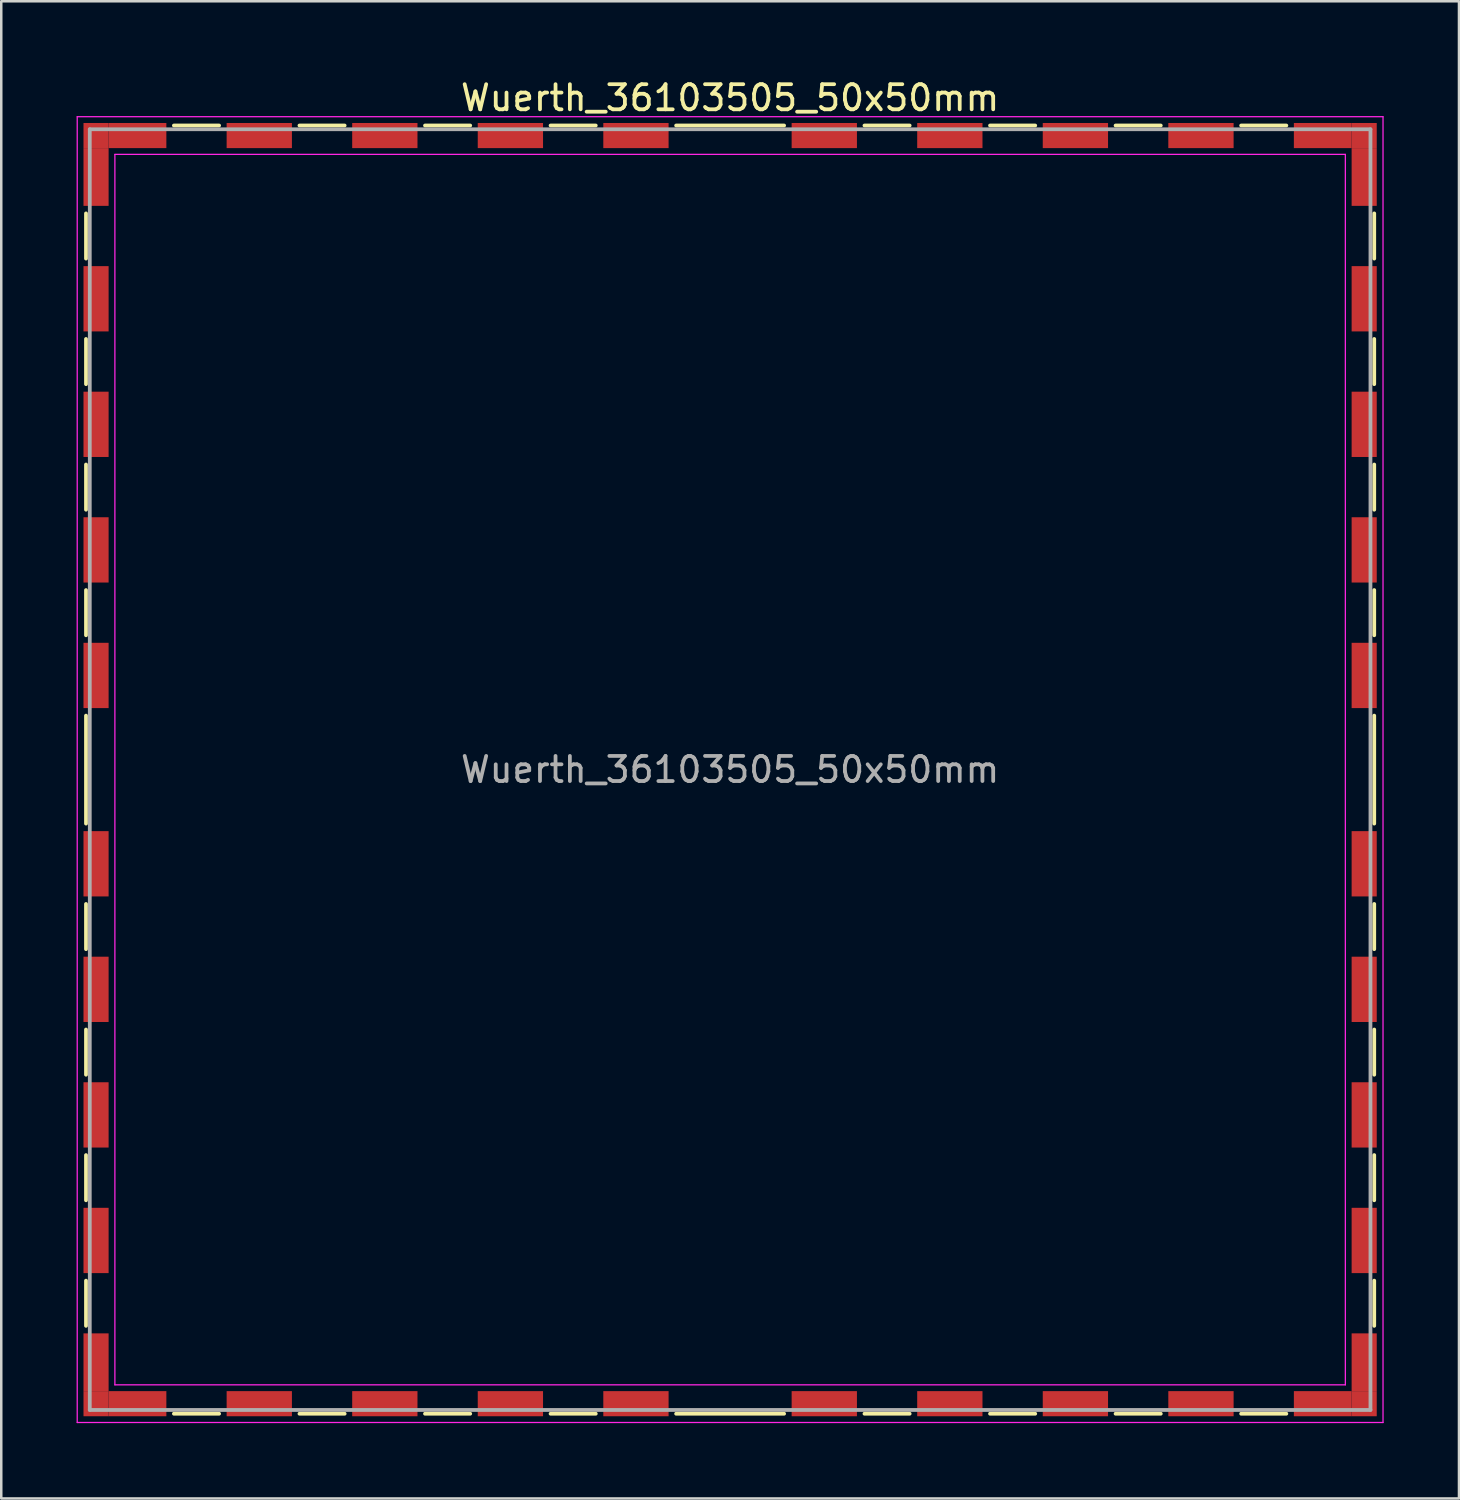
<source format=kicad_pcb>
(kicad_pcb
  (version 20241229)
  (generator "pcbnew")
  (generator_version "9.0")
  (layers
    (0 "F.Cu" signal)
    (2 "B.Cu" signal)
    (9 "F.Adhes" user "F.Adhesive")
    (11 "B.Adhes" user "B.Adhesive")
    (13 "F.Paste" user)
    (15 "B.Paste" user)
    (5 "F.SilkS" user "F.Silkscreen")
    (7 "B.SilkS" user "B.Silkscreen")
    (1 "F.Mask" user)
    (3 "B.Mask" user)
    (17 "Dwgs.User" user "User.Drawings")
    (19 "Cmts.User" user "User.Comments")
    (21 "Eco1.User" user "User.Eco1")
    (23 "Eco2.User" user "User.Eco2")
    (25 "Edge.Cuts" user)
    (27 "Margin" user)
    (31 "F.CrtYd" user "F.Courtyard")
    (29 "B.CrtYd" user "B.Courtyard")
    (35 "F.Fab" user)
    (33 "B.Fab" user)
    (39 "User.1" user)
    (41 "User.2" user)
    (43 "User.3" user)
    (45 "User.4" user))
  (footprint "Wuerth_36103505_50x50mm"
    (layer "F.Cu")
    (at 26.025 27.598)
    (property "Reference" "Wuerth_36103505_50x50mm" (at 0 -26.75 0) (layer "F.SilkS") (effects (font (size 1 1) (thickness 0.15))))
    (attr smd)
    (fp_line (start -25.65 -22.15) (end -25.65 -20.35) (stroke (width 0.15) (type solid)) (layer "F.SilkS"))
    (fp_line (start -25.65 -17.15) (end -25.65 -15.35) (stroke (width 0.15) (type solid)) (layer "F.SilkS"))
    (fp_line (start -25.65 -12.15) (end -25.65 -10.35) (stroke (width 0.15) (type solid)) (layer "F.SilkS"))
    (fp_line (start -25.65 -7.15) (end -25.65 -5.35) (stroke (width 0.15) (type solid)) (layer "F.SilkS"))
    (fp_line (start -25.65 -2.15) (end -25.65 2.15) (stroke (width 0.15) (type solid)) (layer "F.SilkS"))
    (fp_line (start -25.65 5.35) (end -25.65 7.15) (stroke (width 0.15) (type solid)) (layer "F.SilkS"))
    (fp_line (start -25.65 10.35) (end -25.65 12.15) (stroke (width 0.15) (type solid)) (layer "F.SilkS"))
    (fp_line (start -25.65 15.35) (end -25.65 17.15) (stroke (width 0.15) (type solid)) (layer "F.SilkS"))
    (fp_line (start -25.65 20.35) (end -25.65 22.15) (stroke (width 0.15) (type solid)) (layer "F.SilkS"))
    (fp_line (start -22.15 -25.65) (end -20.35 -25.65) (stroke (width 0.15) (type solid)) (layer "F.SilkS"))
    (fp_line (start -22.15 25.65) (end -20.35 25.65) (stroke (width 0.15) (type solid)) (layer "F.SilkS"))
    (fp_line (start -17.15 -25.65) (end -15.35 -25.65) (stroke (width 0.15) (type solid)) (layer "F.SilkS"))
    (fp_line (start -17.15 25.65) (end -15.35 25.65) (stroke (width 0.15) (type solid)) (layer "F.SilkS"))
    (fp_line (start -12.15 -25.65) (end -10.35 -25.65) (stroke (width 0.15) (type solid)) (layer "F.SilkS"))
    (fp_line (start -12.15 25.65) (end -10.35 25.65) (stroke (width 0.15) (type solid)) (layer "F.SilkS"))
    (fp_line (start -7.15 -25.65) (end -5.35 -25.65) (stroke (width 0.15) (type solid)) (layer "F.SilkS"))
    (fp_line (start -7.15 25.65) (end -5.35 25.65) (stroke (width 0.15) (type solid)) (layer "F.SilkS"))
    (fp_line (start -2.15 -25.65) (end 2.15 -25.65) (stroke (width 0.15) (type solid)) (layer "F.SilkS"))
    (fp_line (start -2.15 25.65) (end 2.15 25.65) (stroke (width 0.15) (type solid)) (layer "F.SilkS"))
    (fp_line (start 5.35 -25.65) (end 7.15 -25.65) (stroke (width 0.15) (type solid)) (layer "F.SilkS"))
    (fp_line (start 5.35 25.65) (end 7.15 25.65) (stroke (width 0.15) (type solid)) (layer "F.SilkS"))
    (fp_line (start 10.35 -25.65) (end 12.15 -25.65) (stroke (width 0.15) (type solid)) (layer "F.SilkS"))
    (fp_line (start 10.35 25.65) (end 12.15 25.65) (stroke (width 0.15) (type solid)) (layer "F.SilkS"))
    (fp_line (start 15.35 -25.65) (end 17.15 -25.65) (stroke (width 0.15) (type solid)) (layer "F.SilkS"))
    (fp_line (start 15.35 25.65) (end 17.15 25.65) (stroke (width 0.15) (type solid)) (layer "F.SilkS"))
    (fp_line (start 20.35 -25.65) (end 22.15 -25.65) (stroke (width 0.15) (type solid)) (layer "F.SilkS"))
    (fp_line (start 20.35 25.65) (end 22.15 25.65) (stroke (width 0.15) (type solid)) (layer "F.SilkS"))
    (fp_line (start 25.65 -22.15) (end 25.65 -20.35) (stroke (width 0.15) (type solid)) (layer "F.SilkS"))
    (fp_line (start 25.65 -17.15) (end 25.65 -15.35) (stroke (width 0.15) (type solid)) (layer "F.SilkS"))
    (fp_line (start 25.65 -12.15) (end 25.65 -10.35) (stroke (width 0.15) (type solid)) (layer "F.SilkS"))
    (fp_line (start 25.65 -7.15) (end 25.65 -5.35) (stroke (width 0.15) (type solid)) (layer "F.SilkS"))
    (fp_line (start 25.65 -2.15) (end 25.65 2.15) (stroke (width 0.15) (type solid)) (layer "F.SilkS"))
    (fp_line (start 25.65 5.35) (end 25.65 7.15) (stroke (width 0.15) (type solid)) (layer "F.SilkS"))
    (fp_line (start 25.65 10.35) (end 25.65 12.15) (stroke (width 0.15) (type solid)) (layer "F.SilkS"))
    (fp_line (start 25.65 15.35) (end 25.65 17.15) (stroke (width 0.15) (type solid)) (layer "F.SilkS"))
    (fp_line (start 25.65 20.35) (end 25.65 22.15) (stroke (width 0.15) (type solid)) (layer "F.SilkS"))
    (fp_line (start -26 -26) (end -26 26) (stroke (width 0.05) (type solid)) (layer "F.CrtYd"))
    (fp_line (start -26 26) (end 26 26) (stroke (width 0.05) (type solid)) (layer "F.CrtYd"))
    (fp_line (start -24.5 -24.5) (end -24.5 24.5) (stroke (width 0.05) (type solid)) (layer "F.CrtYd"))
    (fp_line (start -24.5 24.5) (end 24.5 24.5) (stroke (width 0.05) (type solid)) (layer "F.CrtYd"))
    (fp_line (start 24.5 -24.5) (end -24.5 -24.5) (stroke (width 0.05) (type solid)) (layer "F.CrtYd"))
    (fp_line (start 24.5 24.5) (end 24.5 -24.5) (stroke (width 0.05) (type solid)) (layer "F.CrtYd"))
    (fp_line (start 26 -26) (end -26 -26) (stroke (width 0.05) (type solid)) (layer "F.CrtYd"))
    (fp_line (start 26 26) (end 26 -26) (stroke (width 0.05) (type solid)) (layer "F.CrtYd"))
    (fp_line (start -25.5 -25.5) (end -25.5 25.5) (stroke (width 0.15) (type solid)) (layer "F.Fab"))
    (fp_line (start -25.5 25.5) (end 25.5 25.5) (stroke (width 0.15) (type solid)) (layer "F.Fab"))
    (fp_line (start 25.5 -25.5) (end -25.5 -25.5) (stroke (width 0.15) (type solid)) (layer "F.Fab"))
    (fp_line (start 25.5 25.5) (end 25.5 -25.5) (stroke (width 0.15) (type solid)) (layer "F.Fab"))
    (fp_text user "${REFERENCE}" (at 0 0 0) (layer "F.Fab") (effects (font (size 1 1) (thickness 0.15))))
    (pad "1" smd rect (at -25.25 -25.25) (size 1 1) (layers "F.Cu" "F.Mask"))
    (pad "1" smd rect (at -25.25 -23.6) (size 1 2.3) (layers "F.Cu" "F.Mask"))
    (pad "1" smd rect (at -25.25 -18.75) (size 1 2.6) (layers "F.Cu" "F.Mask"))
    (pad "1" smd rect (at -25.25 -13.75) (size 1 2.6) (layers "F.Cu" "F.Mask"))
    (pad "1" smd rect (at -25.25 -8.75) (size 1 2.6) (layers "F.Cu" "F.Mask"))
    (pad "1" smd rect (at -25.25 -3.75) (size 1 2.6) (layers "F.Cu" "F.Mask"))
    (pad "1" smd rect (at -25.25 3.75) (size 1 2.6) (layers "F.Cu" "F.Mask"))
    (pad "1" smd rect (at -25.25 8.75) (size 1 2.6) (layers "F.Cu" "F.Mask"))
    (pad "1" smd rect (at -25.25 13.75) (size 1 2.6) (layers "F.Cu" "F.Mask"))
    (pad "1" smd rect (at -25.25 18.75) (size 1 2.6) (layers "F.Cu" "F.Mask"))
    (pad "1" smd rect (at -25.25 23.6) (size 1 2.3) (layers "F.Cu" "F.Mask"))
    (pad "1" smd rect (at -25.25 25.25) (size 1 1) (layers "F.Cu" "F.Mask"))
    (pad "1" smd rect (at -23.6 -25.25) (size 2.3 1) (layers "F.Cu" "F.Mask"))
    (pad "1" smd rect (at -23.6 25.25) (size 2.3 1) (layers "F.Cu" "F.Mask"))
    (pad "1" smd rect (at -18.75 -25.25) (size 2.6 1) (layers "F.Cu" "F.Mask"))
    (pad "1" smd rect (at -18.75 25.25) (size 2.6 1) (layers "F.Cu" "F.Mask"))
    (pad "1" smd rect (at -13.75 -25.25) (size 2.6 1) (layers "F.Cu" "F.Mask"))
    (pad "1" smd rect (at -13.75 25.25) (size 2.6 1) (layers "F.Cu" "F.Mask"))
    (pad "1" smd rect (at -8.75 -25.25) (size 2.6 1) (layers "F.Cu" "F.Mask"))
    (pad "1" smd rect (at -8.75 25.25) (size 2.6 1) (layers "F.Cu" "F.Mask"))
    (pad "1" smd rect (at -3.75 -25.25) (size 2.6 1) (layers "F.Cu" "F.Mask"))
    (pad "1" smd rect (at -3.75 25.25) (size 2.6 1) (layers "F.Cu" "F.Mask"))
    (pad "1" smd rect (at 3.75 -25.25) (size 2.6 1) (layers "F.Cu" "F.Mask"))
    (pad "1" smd rect (at 3.75 25.25) (size 2.6 1) (layers "F.Cu" "F.Mask"))
    (pad "1" smd rect (at 8.75 -25.25) (size 2.6 1) (layers "F.Cu" "F.Mask"))
    (pad "1" smd rect (at 8.75 25.25) (size 2.6 1) (layers "F.Cu" "F.Mask"))
    (pad "1" smd rect (at 13.75 -25.25) (size 2.6 1) (layers "F.Cu" "F.Mask"))
    (pad "1" smd rect (at 13.75 25.25) (size 2.6 1) (layers "F.Cu" "F.Mask"))
    (pad "1" smd rect (at 18.75 -25.25) (size 2.6 1) (layers "F.Cu" "F.Mask"))
    (pad "1" smd rect (at 18.75 25.25) (size 2.6 1) (layers "F.Cu" "F.Mask"))
    (pad "1" smd rect (at 23.6 -25.25) (size 2.3 1) (layers "F.Cu" "F.Mask"))
    (pad "1" smd rect (at 23.6 25.25) (size 2.3 1) (layers "F.Cu" "F.Mask"))
    (pad "1" smd rect (at 25.25 -25.25) (size 1 1) (layers "F.Cu" "F.Mask"))
    (pad "1" smd rect (at 25.25 -23.6) (size 1 2.3) (layers "F.Cu" "F.Mask"))
    (pad "1" smd rect (at 25.25 -18.75) (size 1 2.6) (layers "F.Cu" "F.Mask"))
    (pad "1" smd rect (at 25.25 -13.75) (size 1 2.6) (layers "F.Cu" "F.Mask"))
    (pad "1" smd rect (at 25.25 -8.75) (size 1 2.6) (layers "F.Cu" "F.Mask"))
    (pad "1" smd rect (at 25.25 -3.75) (size 1 2.6) (layers "F.Cu" "F.Mask"))
    (pad "1" smd rect (at 25.25 3.75) (size 1 2.6) (layers "F.Cu" "F.Mask"))
    (pad "1" smd rect (at 25.25 8.75) (size 1 2.6) (layers "F.Cu" "F.Mask"))
    (pad "1" smd rect (at 25.25 13.75) (size 1 2.6) (layers "F.Cu" "F.Mask"))
    (pad "1" smd rect (at 25.25 18.75) (size 1 2.6) (layers "F.Cu" "F.Mask"))
    (pad "1" smd rect (at 25.25 23.6) (size 1 2.3) (layers "F.Cu" "F.Mask"))
    (pad "1" smd rect (at 25.25 25.25) (size 1 1) (layers "F.Cu" "F.Mask")))
  (gr_rect
    (start -3 -3)
    (end 55.05 56.623)
    (stroke (width 0.1) (type default))
    (fill no)
    (layer "Edge.Cuts")))
</source>
